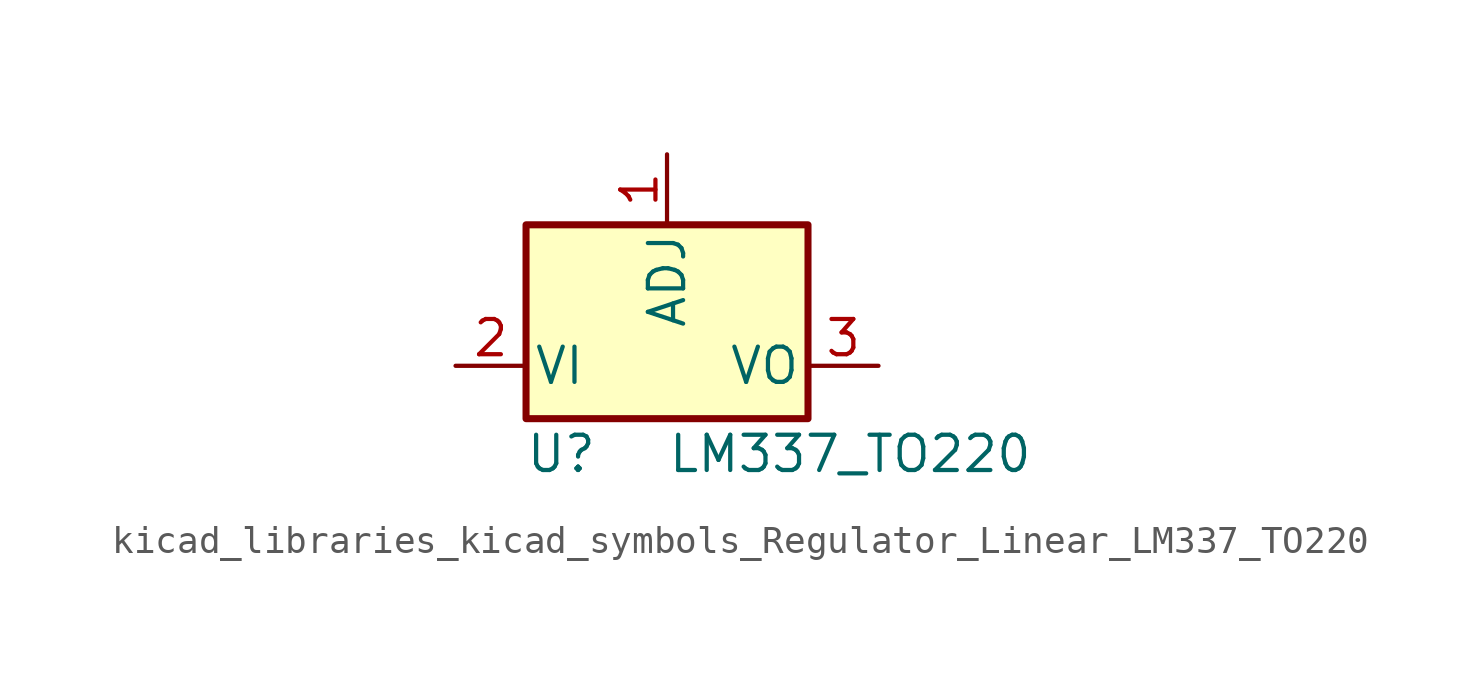
<source format=kicad_sym>
(kicad_symbol_lib
  (version 20220914)
  (generator kicad_symbol_editor)
  (symbol "kicad_libraries_kicad_symbols_Regulator_Linear_LM337_TO220"
    (pin_names
      (offset 0.254))
    (property "Reference" "U"
      (at -3.81 -3.175 0)
      (effects (font (size 1.27 1.27))))
    (property "Value" "LM337_TO220"
      (at 0 -3.175 0)
      (effects (font (size 1.27 1.27)) (justify left)))
    (symbol "kicad_libraries_kicad_symbols_Regulator_Linear_LM337_TO220_0_1"
      (rectangle (start -5.08 5.08) (end 5.08 -1.905) (stroke (width 0.254) (type default)) (fill (type background))))
    (symbol "kicad_libraries_kicad_symbols_Regulator_Linear_LM337_TO220_1_1"
      (pin input line (at 0 7.62 270) (length 2.54) (name "ADJ" (effects (font (size 1.27 1.27)))) (number "1" (effects (font (size 1.27 1.27)))))
      (pin power_in line (at -7.62 0 0) (length 2.54) (name "VI" (effects (font (size 1.27 1.27)))) (number "2" (effects (font (size 1.27 1.27)))))
      (pin power_out line (at 7.62 0 180) (length 2.54) (name "VO" (effects (font (size 1.27 1.27)))) (number "3" (effects (font (size 1.27 1.27))))))))
</source>
